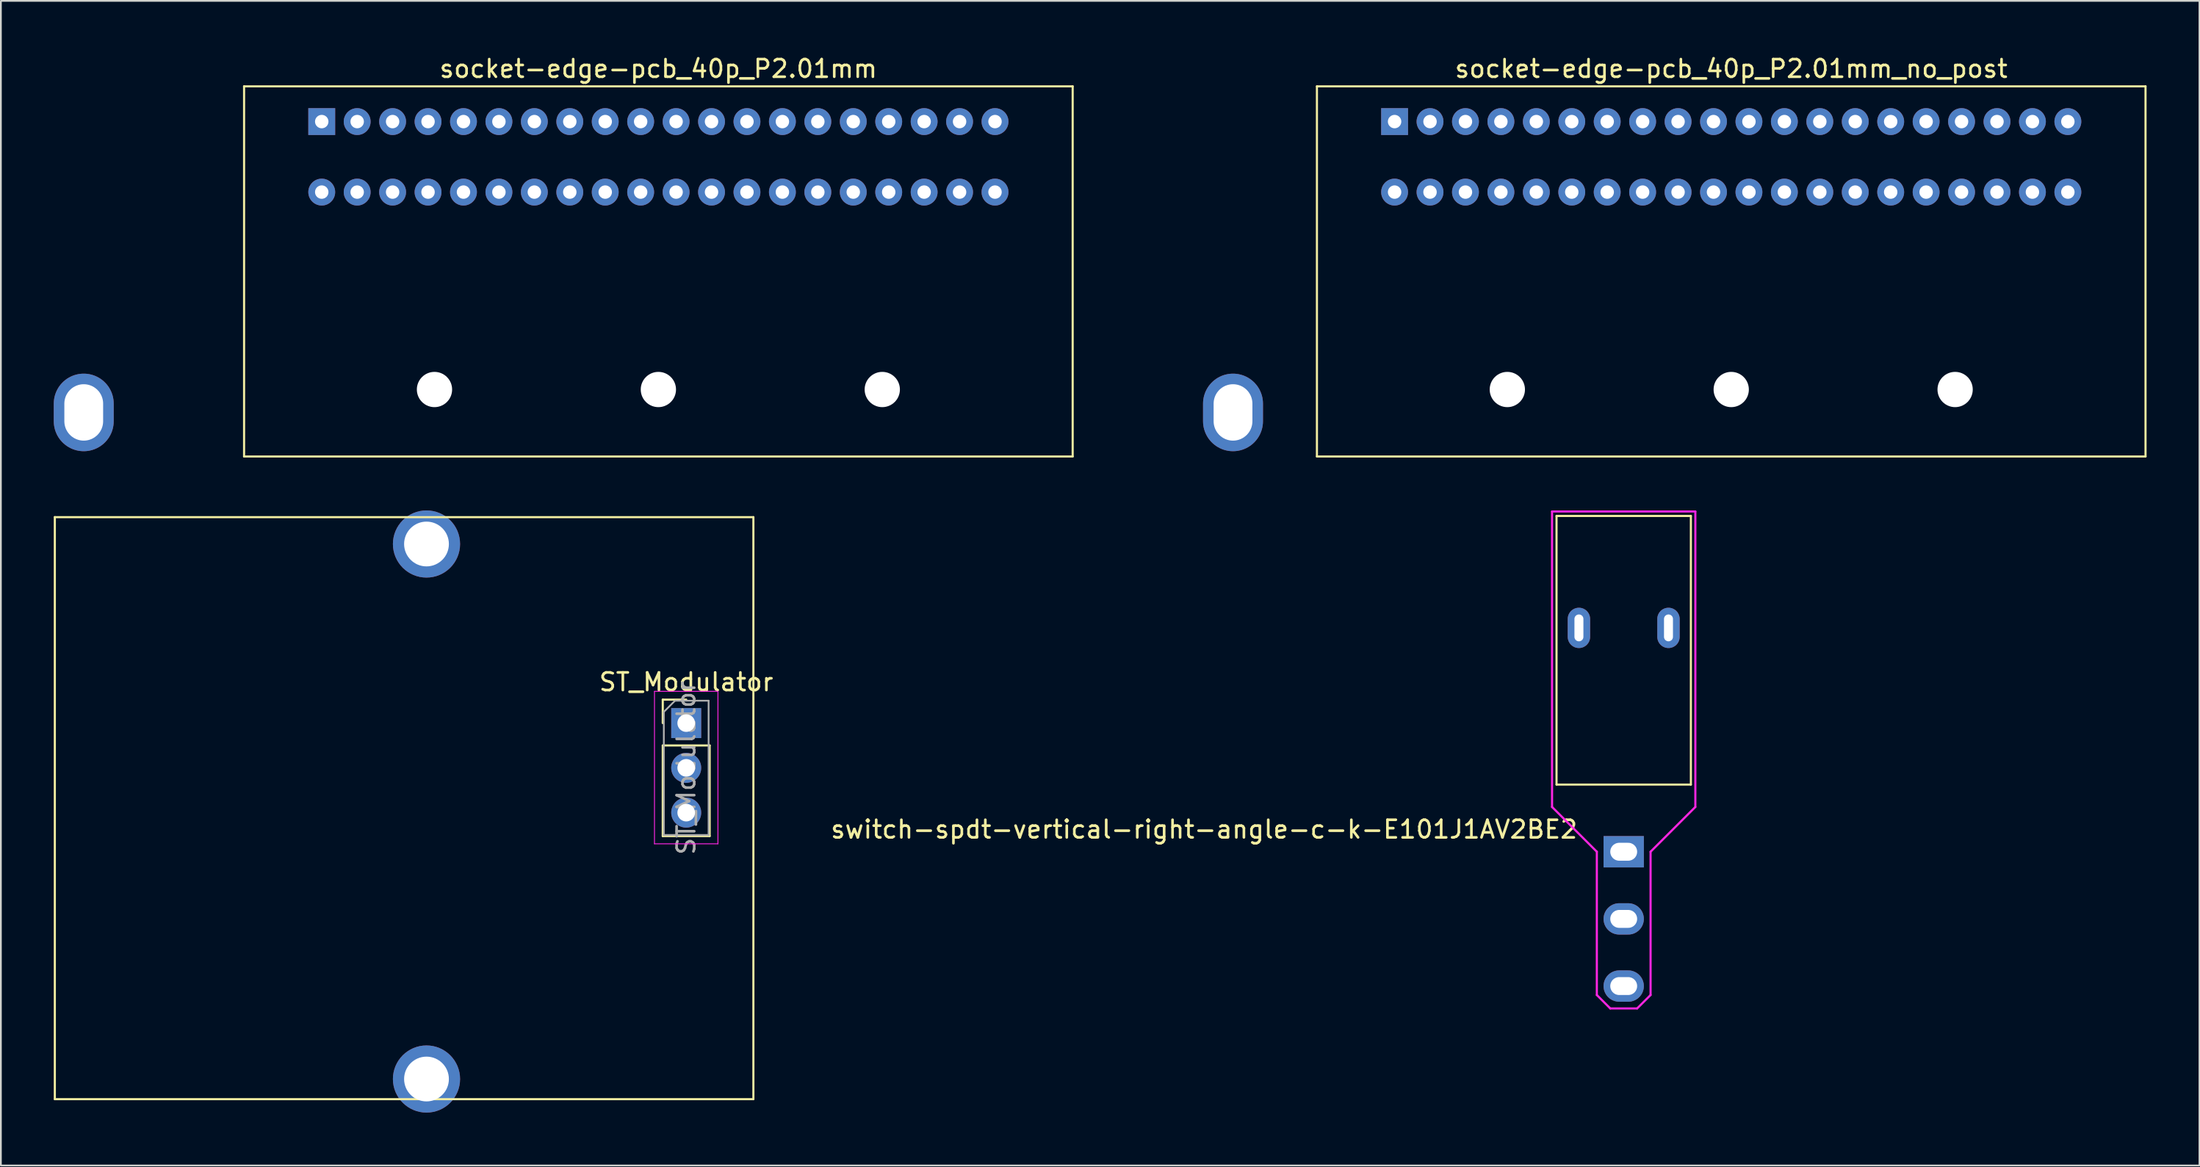
<source format=kicad_pcb>
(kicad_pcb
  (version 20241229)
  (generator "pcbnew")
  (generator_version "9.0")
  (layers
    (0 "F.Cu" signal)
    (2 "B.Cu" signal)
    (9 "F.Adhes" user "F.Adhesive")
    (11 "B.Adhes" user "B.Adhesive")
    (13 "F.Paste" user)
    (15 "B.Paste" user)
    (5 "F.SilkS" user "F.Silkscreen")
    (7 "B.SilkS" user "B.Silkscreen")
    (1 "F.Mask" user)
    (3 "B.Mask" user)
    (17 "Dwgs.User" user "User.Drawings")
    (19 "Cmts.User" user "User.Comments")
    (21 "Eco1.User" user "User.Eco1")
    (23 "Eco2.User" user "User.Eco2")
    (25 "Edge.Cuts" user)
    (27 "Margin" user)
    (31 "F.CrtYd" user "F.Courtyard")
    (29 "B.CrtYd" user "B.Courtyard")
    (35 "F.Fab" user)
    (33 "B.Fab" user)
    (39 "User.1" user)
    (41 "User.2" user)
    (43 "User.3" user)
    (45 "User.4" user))
  (footprint "ST_Modulator"
    (layer "F.Cu")
    (at 35.874 37.973)
    (property "Reference" "ST_Modulator" (at 0 -2.33 180) (layer "F.SilkS") (effects (font (size 1 1) (thickness 0.15))))
    (attr through_hole)
    (fp_line (start -35.814 -11.684) (end 3.81 -11.684) (stroke (width 0.12) (type solid)) (layer "F.SilkS"))
    (fp_line (start -35.814 21.336) (end -35.814 -11.684) (stroke (width 0.12) (type solid)) (layer "F.SilkS"))
    (fp_line (start -1.33 -1.33) (end 0 -1.33) (stroke (width 0.12) (type solid)) (layer "F.SilkS"))
    (fp_line (start -1.33 0) (end -1.33 -1.33) (stroke (width 0.12) (type solid)) (layer "F.SilkS"))
    (fp_line (start -1.33 1.27) (end -1.33 6.41) (stroke (width 0.12) (type solid)) (layer "F.SilkS"))
    (fp_line (start -1.33 1.27) (end 1.33 1.27) (stroke (width 0.12) (type solid)) (layer "F.SilkS"))
    (fp_line (start -1.33 6.41) (end 1.33 6.41) (stroke (width 0.12) (type solid)) (layer "F.SilkS"))
    (fp_line (start 1.33 1.27) (end 1.33 6.41) (stroke (width 0.12) (type solid)) (layer "F.SilkS"))
    (fp_line (start 3.81 -11.684) (end 3.81 21.336) (stroke (width 0.12) (type solid)) (layer "F.SilkS"))
    (fp_line (start 3.81 21.336) (end -35.814 21.336) (stroke (width 0.12) (type solid)) (layer "F.SilkS"))
    (fp_line (start -1.8 -1.8) (end -1.8 6.85) (stroke (width 0.05) (type solid)) (layer "F.CrtYd"))
    (fp_line (start -1.8 6.85) (end 1.8 6.85) (stroke (width 0.05) (type solid)) (layer "F.CrtYd"))
    (fp_line (start 1.8 -1.8) (end -1.8 -1.8) (stroke (width 0.05) (type solid)) (layer "F.CrtYd"))
    (fp_line (start 1.8 6.85) (end 1.8 -1.8) (stroke (width 0.05) (type solid)) (layer "F.CrtYd"))
    (fp_line (start -1.27 -0.635) (end -0.635 -1.27) (stroke (width 0.1) (type solid)) (layer "F.Fab"))
    (fp_line (start -1.27 6.35) (end -1.27 -0.635) (stroke (width 0.1) (type solid)) (layer "F.Fab"))
    (fp_line (start -0.635 -1.27) (end 1.27 -1.27) (stroke (width 0.1) (type solid)) (layer "F.Fab"))
    (fp_line (start 1.27 -1.27) (end 1.27 6.35) (stroke (width 0.1) (type solid)) (layer "F.Fab"))
    (fp_line (start 1.27 6.35) (end -1.27 6.35) (stroke (width 0.1) (type solid)) (layer "F.Fab"))
    (fp_text user "${REFERENCE}" (at 0 2.54 90) (layer "F.Fab") (effects (font (size 1 1) (thickness 0.15))))
    (pad "1" thru_hole rect (at 0 0) (size 1.7 1.7) (drill 1) (layers "*.Cu" "*.Mask"))
    (pad "2" thru_hole oval (at 0 2.54) (size 1.7 1.7) (drill 1) (layers "*.Cu" "*.Mask"))
    (pad "3" thru_hole oval (at 0 5.08) (size 1.7 1.7) (drill 1) (layers "*.Cu" "*.Mask"))
    (pad "SH" thru_hole circle (at -14.732 -10.16) (size 3.81 3.81) (drill 2.54) (layers "*.Cu" "*.Mask"))
    (pad "SH" thru_hole circle (at -14.732 20.193) (size 3.81 3.81) (drill 2.54) (layers "*.Cu" "*.Mask")))
  (footprint "socket-edge-pcb_40p_P2.01mm_no_post"
    (layer "F.Cu")
    (at 95.15 5.848)
    (property "Reference" "socket-edge-pcb_40p_P2.01mm_no_post" (at 0 -5 0) (layer "F.SilkS") (effects (font (size 1 1) (thickness 0.15))))
    (attr through_hole)
    (fp_line (start -23.5 -4) (end -23.5 17) (stroke (width 0.12) (type solid)) (layer "F.SilkS"))
    (fp_line (start -23.5 17) (end 23.5 17) (stroke (width 0.12) (type solid)) (layer "F.SilkS"))
    (fp_line (start 23.5 -4) (end -23.5 -4) (stroke (width 0.12) (type solid)) (layer "F.SilkS"))
    (fp_line (start 23.5 17) (end 23.5 -4) (stroke (width 0.12) (type solid)) (layer "F.SilkS"))
    (pad "" np_thru_hole circle (at -12.7 13.2) (size 2 2) (drill 2) (layers "*.Cu" "*.Mask"))
    (pad "" np_thru_hole circle (at 0 13.2) (size 2 2) (drill 2) (layers "*.Cu" "*.Mask"))
    (pad "" np_thru_hole circle (at 12.7 13.2) (size 2 2) (drill 2) (layers "*.Cu" "*.Mask"))
    (pad "1" thru_hole rect (at -19.095 -2) (size 1.524 1.524) (drill 0.762) (layers "*.Cu" "*.Mask"))
    (pad "2" thru_hole circle (at -19.095 2) (size 1.524 1.524) (drill 0.762) (layers "*.Cu" "*.Mask"))
    (pad "3" thru_hole circle (at -17.085 -2) (size 1.524 1.524) (drill 0.762) (layers "*.Cu" "*.Mask"))
    (pad "4" thru_hole circle (at -17.085 2) (size 1.524 1.524) (drill 0.762) (layers "*.Cu" "*.Mask"))
    (pad "5" thru_hole circle (at -15.075 -2) (size 1.524 1.524) (drill 0.762) (layers "*.Cu" "*.Mask"))
    (pad "6" thru_hole circle (at -15.075 2) (size 1.524 1.524) (drill 0.762) (layers "*.Cu" "*.Mask"))
    (pad "7" thru_hole circle (at -13.065 -2) (size 1.524 1.524) (drill 0.762) (layers "*.Cu" "*.Mask"))
    (pad "8" thru_hole circle (at -13.065 2) (size 1.524 1.524) (drill 0.762) (layers "*.Cu" "*.Mask"))
    (pad "9" thru_hole circle (at -11.055 -2) (size 1.524 1.524) (drill 0.762) (layers "*.Cu" "*.Mask"))
    (pad "10" thru_hole circle (at -11.055 2) (size 1.524 1.524) (drill 0.762) (layers "*.Cu" "*.Mask"))
    (pad "11" thru_hole circle (at -9.045 -2) (size 1.524 1.524) (drill 0.762) (layers "*.Cu" "*.Mask"))
    (pad "12" thru_hole circle (at -9.045 2) (size 1.524 1.524) (drill 0.762) (layers "*.Cu" "*.Mask"))
    (pad "13" thru_hole circle (at -7.035 -2) (size 1.524 1.524) (drill 0.762) (layers "*.Cu" "*.Mask"))
    (pad "14" thru_hole circle (at -7.035 2) (size 1.524 1.524) (drill 0.762) (layers "*.Cu" "*.Mask"))
    (pad "15" thru_hole circle (at -5.025 -2) (size 1.524 1.524) (drill 0.762) (layers "*.Cu" "*.Mask"))
    (pad "16" thru_hole circle (at -5.025 2) (size 1.524 1.524) (drill 0.762) (layers "*.Cu" "*.Mask"))
    (pad "17" thru_hole circle (at -3.015 -2) (size 1.524 1.524) (drill 0.762) (layers "*.Cu" "*.Mask"))
    (pad "18" thru_hole circle (at -3.015 2) (size 1.524 1.524) (drill 0.762) (layers "*.Cu" "*.Mask"))
    (pad "19" thru_hole circle (at -1.005 -2) (size 1.524 1.524) (drill 0.762) (layers "*.Cu" "*.Mask"))
    (pad "20" thru_hole circle (at -1.005 2) (size 1.524 1.524) (drill 0.762) (layers "*.Cu" "*.Mask"))
    (pad "21" thru_hole circle (at 1.005 -2) (size 1.524 1.524) (drill 0.762) (layers "*.Cu" "*.Mask"))
    (pad "22" thru_hole circle (at 1.005 2) (size 1.524 1.524) (drill 0.762) (layers "*.Cu" "*.Mask"))
    (pad "23" thru_hole circle (at 3.015 -2) (size 1.524 1.524) (drill 0.762) (layers "*.Cu" "*.Mask"))
    (pad "24" thru_hole circle (at 3.015 2) (size 1.524 1.524) (drill 0.762) (layers "*.Cu" "*.Mask"))
    (pad "25" thru_hole circle (at 5.025 -2) (size 1.524 1.524) (drill 0.762) (layers "*.Cu" "*.Mask"))
    (pad "26" thru_hole circle (at 5.025 2) (size 1.524 1.524) (drill 0.762) (layers "*.Cu" "*.Mask"))
    (pad "27" thru_hole circle (at 7.035 -2) (size 1.524 1.524) (drill 0.762) (layers "*.Cu" "*.Mask"))
    (pad "28" thru_hole circle (at 7.035 2) (size 1.524 1.524) (drill 0.762) (layers "*.Cu" "*.Mask"))
    (pad "29" thru_hole circle (at 9.045 -2) (size 1.524 1.524) (drill 0.762) (layers "*.Cu" "*.Mask"))
    (pad "30" thru_hole circle (at 9.045 2) (size 1.524 1.524) (drill 0.762) (layers "*.Cu" "*.Mask"))
    (pad "31" thru_hole circle (at 11.055 -2) (size 1.524 1.524) (drill 0.762) (layers "*.Cu" "*.Mask"))
    (pad "32" thru_hole circle (at 11.055 2) (size 1.524 1.524) (drill 0.762) (layers "*.Cu" "*.Mask"))
    (pad "33" thru_hole circle (at 13.065 -2) (size 1.524 1.524) (drill 0.762) (layers "*.Cu" "*.Mask"))
    (pad "34" thru_hole circle (at 13.065 2) (size 1.524 1.524) (drill 0.762) (layers "*.Cu" "*.Mask"))
    (pad "35" thru_hole circle (at 15.075 -2) (size 1.524 1.524) (drill 0.762) (layers "*.Cu" "*.Mask"))
    (pad "36" thru_hole circle (at 15.075 2) (size 1.524 1.524) (drill 0.762) (layers "*.Cu" "*.Mask"))
    (pad "37" thru_hole circle (at 17.085 -2) (size 1.524 1.524) (drill 0.762) (layers "*.Cu" "*.Mask"))
    (pad "38" thru_hole circle (at 17.085 2) (size 1.524 1.524) (drill 0.762) (layers "*.Cu" "*.Mask"))
    (pad "39" thru_hole circle (at 19.095 -2) (size 1.524 1.524) (drill 0.762) (layers "*.Cu" "*.Mask"))
    (pad "40" thru_hole circle (at 19.095 2) (size 1.524 1.524) (drill 0.762) (layers "*.Cu" "*.Mask")))
  (footprint "socket-edge-pcb_40p_P2.01mm"
    (layer "F.Cu")
    (at 34.295 5.848)
    (property "Reference" "socket-edge-pcb_40p_P2.01mm" (at 0 -5 0) (layer "F.SilkS") (effects (font (size 1 1) (thickness 0.15))))
    (attr through_hole)
    (fp_line (start -23.5 -4) (end -23.5 17) (stroke (width 0.12) (type solid)) (layer "F.SilkS"))
    (fp_line (start -23.5 17) (end 23.5 17) (stroke (width 0.12) (type solid)) (layer "F.SilkS"))
    (fp_line (start 23.5 -4) (end -23.5 -4) (stroke (width 0.12) (type solid)) (layer "F.SilkS"))
    (fp_line (start 23.5 17) (end 23.5 -4) (stroke (width 0.12) (type solid)) (layer "F.SilkS"))
    (pad "" thru_hole oval (at -32.595 14.5 90) (size 4.4 3.4) (drill oval 3.2 2.2) (layers "*.Cu" "*.Mask"))
    (pad "" np_thru_hole circle (at -12.7 13.2) (size 2 2) (drill 2) (layers "*.Cu" "*.Mask"))
    (pad "" np_thru_hole circle (at 0 13.2) (size 2 2) (drill 2) (layers "*.Cu" "*.Mask"))
    (pad "" np_thru_hole circle (at 12.7 13.2) (size 2 2) (drill 2) (layers "*.Cu" "*.Mask"))
    (pad "" thru_hole oval (at 32.595 14.5 90) (size 4.4 3.4) (drill oval 3.2 2.2) (layers "*.Cu" "*.Mask"))
    (pad "1" thru_hole rect (at -19.095 -2) (size 1.524 1.524) (drill 0.762) (layers "*.Cu" "*.Mask"))
    (pad "2" thru_hole circle (at -19.095 2) (size 1.524 1.524) (drill 0.762) (layers "*.Cu" "*.Mask"))
    (pad "3" thru_hole circle (at -17.085 -2) (size 1.524 1.524) (drill 0.762) (layers "*.Cu" "*.Mask"))
    (pad "4" thru_hole circle (at -17.085 2) (size 1.524 1.524) (drill 0.762) (layers "*.Cu" "*.Mask"))
    (pad "5" thru_hole circle (at -15.075 -2) (size 1.524 1.524) (drill 0.762) (layers "*.Cu" "*.Mask"))
    (pad "6" thru_hole circle (at -15.075 2) (size 1.524 1.524) (drill 0.762) (layers "*.Cu" "*.Mask"))
    (pad "7" thru_hole circle (at -13.065 -2) (size 1.524 1.524) (drill 0.762) (layers "*.Cu" "*.Mask"))
    (pad "8" thru_hole circle (at -13.065 2) (size 1.524 1.524) (drill 0.762) (layers "*.Cu" "*.Mask"))
    (pad "9" thru_hole circle (at -11.055 -2) (size 1.524 1.524) (drill 0.762) (layers "*.Cu" "*.Mask"))
    (pad "10" thru_hole circle (at -11.055 2) (size 1.524 1.524) (drill 0.762) (layers "*.Cu" "*.Mask"))
    (pad "11" thru_hole circle (at -9.045 -2) (size 1.524 1.524) (drill 0.762) (layers "*.Cu" "*.Mask"))
    (pad "12" thru_hole circle (at -9.045 2) (size 1.524 1.524) (drill 0.762) (layers "*.Cu" "*.Mask"))
    (pad "13" thru_hole circle (at -7.035 -2) (size 1.524 1.524) (drill 0.762) (layers "*.Cu" "*.Mask"))
    (pad "14" thru_hole circle (at -7.035 2) (size 1.524 1.524) (drill 0.762) (layers "*.Cu" "*.Mask"))
    (pad "15" thru_hole circle (at -5.025 -2) (size 1.524 1.524) (drill 0.762) (layers "*.Cu" "*.Mask"))
    (pad "16" thru_hole circle (at -5.025 2) (size 1.524 1.524) (drill 0.762) (layers "*.Cu" "*.Mask"))
    (pad "17" thru_hole circle (at -3.015 -2) (size 1.524 1.524) (drill 0.762) (layers "*.Cu" "*.Mask"))
    (pad "18" thru_hole circle (at -3.015 2) (size 1.524 1.524) (drill 0.762) (layers "*.Cu" "*.Mask"))
    (pad "19" thru_hole circle (at -1.005 -2) (size 1.524 1.524) (drill 0.762) (layers "*.Cu" "*.Mask"))
    (pad "20" thru_hole circle (at -1.005 2) (size 1.524 1.524) (drill 0.762) (layers "*.Cu" "*.Mask"))
    (pad "21" thru_hole circle (at 1.005 -2) (size 1.524 1.524) (drill 0.762) (layers "*.Cu" "*.Mask"))
    (pad "22" thru_hole circle (at 1.005 2) (size 1.524 1.524) (drill 0.762) (layers "*.Cu" "*.Mask"))
    (pad "23" thru_hole circle (at 3.015 -2) (size 1.524 1.524) (drill 0.762) (layers "*.Cu" "*.Mask"))
    (pad "24" thru_hole circle (at 3.015 2) (size 1.524 1.524) (drill 0.762) (layers "*.Cu" "*.Mask"))
    (pad "25" thru_hole circle (at 5.025 -2) (size 1.524 1.524) (drill 0.762) (layers "*.Cu" "*.Mask"))
    (pad "26" thru_hole circle (at 5.025 2) (size 1.524 1.524) (drill 0.762) (layers "*.Cu" "*.Mask"))
    (pad "27" thru_hole circle (at 7.035 -2) (size 1.524 1.524) (drill 0.762) (layers "*.Cu" "*.Mask"))
    (pad "28" thru_hole circle (at 7.035 2) (size 1.524 1.524) (drill 0.762) (layers "*.Cu" "*.Mask"))
    (pad "29" thru_hole circle (at 9.045 -2) (size 1.524 1.524) (drill 0.762) (layers "*.Cu" "*.Mask"))
    (pad "30" thru_hole circle (at 9.045 2) (size 1.524 1.524) (drill 0.762) (layers "*.Cu" "*.Mask"))
    (pad "31" thru_hole circle (at 11.055 -2) (size 1.524 1.524) (drill 0.762) (layers "*.Cu" "*.Mask"))
    (pad "32" thru_hole circle (at 11.055 2) (size 1.524 1.524) (drill 0.762) (layers "*.Cu" "*.Mask"))
    (pad "33" thru_hole circle (at 13.065 -2) (size 1.524 1.524) (drill 0.762) (layers "*.Cu" "*.Mask"))
    (pad "34" thru_hole circle (at 13.065 2) (size 1.524 1.524) (drill 0.762) (layers "*.Cu" "*.Mask"))
    (pad "35" thru_hole circle (at 15.075 -2) (size 1.524 1.524) (drill 0.762) (layers "*.Cu" "*.Mask"))
    (pad "36" thru_hole circle (at 15.075 2) (size 1.524 1.524) (drill 0.762) (layers "*.Cu" "*.Mask"))
    (pad "37" thru_hole circle (at 17.085 -2) (size 1.524 1.524) (drill 0.762) (layers "*.Cu" "*.Mask"))
    (pad "38" thru_hole circle (at 17.085 2) (size 1.524 1.524) (drill 0.762) (layers "*.Cu" "*.Mask"))
    (pad "39" thru_hole circle (at 19.095 -2) (size 1.524 1.524) (drill 0.762) (layers "*.Cu" "*.Mask"))
    (pad "40" thru_hole circle (at 19.095 2) (size 1.524 1.524) (drill 0.762) (layers "*.Cu" "*.Mask")))
  (footprint "switch-spdt-vertical-right-angle-c-k-E101J1AV2BE2"
    (layer "F.Cu")
    (at 89.051 45.272)
    (property "Reference" "switch-spdt-vertical-right-angle-c-k-E101J1AV2BE2" (at -2.54 -1.27 0) (unlocked yes) (layer "F.SilkS") (effects (font (size 1 1) (thickness 0.15)) (justify right)))
    (attr through_hole)
    (fp_line (start -3.81 -19.05) (end 3.81 -19.05) (stroke (width 0.12) (type solid)) (layer "F.SilkS"))
    (fp_line (start -3.81 -3.81) (end -3.81 -19.05) (stroke (width 0.12) (type solid)) (layer "F.SilkS"))
    (fp_line (start 3.81 -19.05) (end 3.81 -3.81) (stroke (width 0.12) (type solid)) (layer "F.SilkS"))
    (fp_line (start 3.81 -3.81) (end -3.81 -3.81) (stroke (width 0.12) (type solid)) (layer "F.SilkS"))
    (fp_line (start -4.064 -19.304) (end -4.064 -2.54) (stroke (width 0.12) (type solid)) (layer "F.CrtYd"))
    (fp_line (start -4.064 -2.54) (end -1.524 0) (stroke (width 0.12) (type solid)) (layer "F.CrtYd"))
    (fp_line (start -1.524 0) (end -1.524 8.128) (stroke (width 0.12) (type solid)) (layer "F.CrtYd"))
    (fp_line (start -1.524 8.128) (end -0.762 8.89) (stroke (width 0.12) (type solid)) (layer "F.CrtYd"))
    (fp_line (start -0.762 8.89) (end 0.762 8.89) (stroke (width 0.12) (type solid)) (layer "F.CrtYd"))
    (fp_line (start 0.762 8.89) (end 1.524 8.128) (stroke (width 0.12) (type solid)) (layer "F.CrtYd"))
    (fp_line (start 1.524 0) (end 4.064 -2.54) (stroke (width 0.12) (type solid)) (layer "F.CrtYd"))
    (fp_line (start 1.524 8.128) (end 1.524 0) (stroke (width 0.12) (type solid)) (layer "F.CrtYd"))
    (fp_line (start 4.064 -19.304) (end -4.064 -19.304) (stroke (width 0.12) (type solid)) (layer "F.CrtYd"))
    (fp_line (start 4.064 -2.54) (end 4.064 -19.304) (stroke (width 0.12) (type solid)) (layer "F.CrtYd"))
    (pad "0" thru_hole oval (at -2.54 -12.7) (size 1.27 2.286) (drill oval 0.508 1.524) (layers "*.Cu" "*.Mask"))
    (pad "0" thru_hole oval (at 2.54 -12.7) (size 1.27 2.286) (drill oval 0.508 1.524) (layers "*.Cu" "*.Mask"))
    (pad "1" thru_hole rect (at 0 0) (size 2.286 1.778) (drill oval 1.524 1.016) (layers "*.Cu" "*.Mask"))
    (pad "2" thru_hole oval (at 0 3.81) (size 2.286 1.778) (drill oval 1.524 1.016) (layers "*.Cu" "*.Mask"))
    (pad "3" thru_hole oval (at 0 7.62) (size 2.286 1.778) (drill oval 1.524 1.016) (layers "*.Cu" "*.Mask")))
  (gr_rect
    (start -3 -3)
    (end 121.71 63.071)
    (stroke (width 0.1) (type default))
    (fill no)
    (layer "Edge.Cuts")))
</source>
